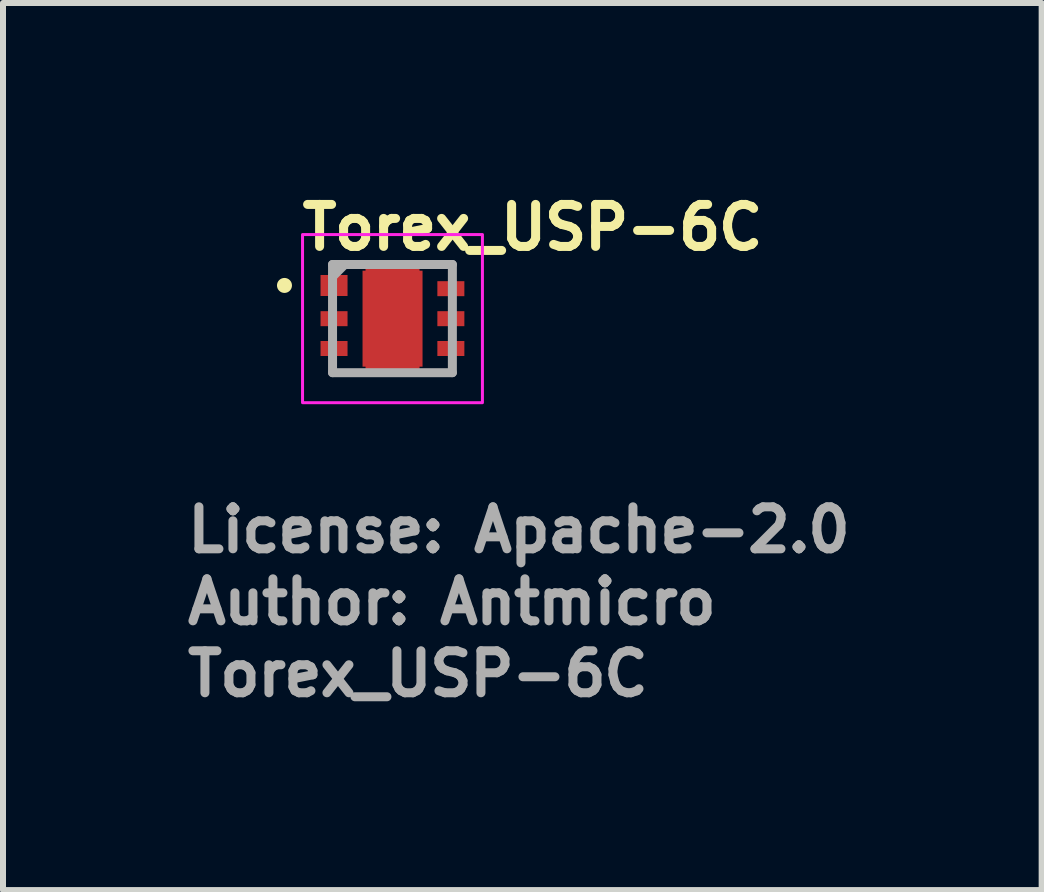
<source format=kicad_pcb>
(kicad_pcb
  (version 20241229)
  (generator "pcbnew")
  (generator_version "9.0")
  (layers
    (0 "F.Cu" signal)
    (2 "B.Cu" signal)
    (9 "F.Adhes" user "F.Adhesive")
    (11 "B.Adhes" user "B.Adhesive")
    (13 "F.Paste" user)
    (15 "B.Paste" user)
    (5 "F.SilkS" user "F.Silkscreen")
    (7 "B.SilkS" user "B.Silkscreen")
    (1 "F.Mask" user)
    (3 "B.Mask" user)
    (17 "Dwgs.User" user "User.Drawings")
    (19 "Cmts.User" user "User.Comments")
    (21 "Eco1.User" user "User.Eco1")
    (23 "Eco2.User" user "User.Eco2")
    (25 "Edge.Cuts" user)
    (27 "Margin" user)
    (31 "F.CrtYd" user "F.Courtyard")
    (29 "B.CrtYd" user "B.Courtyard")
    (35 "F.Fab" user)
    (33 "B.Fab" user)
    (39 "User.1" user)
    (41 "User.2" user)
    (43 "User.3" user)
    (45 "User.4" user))
  (footprint "Torex_USP-6C"
    (layer "F.Cu")
    (at 3.492 2.261)
    (property "Reference" "Torex_USP-6C" (at -1.581 -1.111 0) (layer "F.SilkS") (effects (font (size 0.7 0.7) (thickness 0.15)) (justify left bottom)))
    (attr smd)
    (fp_circle (center -1.801 -0.554) (end -1.751 -0.554) (stroke (width 0.15) (type solid)) (fill yes) (layer "F.SilkS"))
    (fp_rect (start -0.403 -0.701) (end 0.4 -0.203) (stroke (width 0.01) (type solid)) (fill yes) (layer "F.Paste"))
    (fp_rect (start -0.403 0.2) (end 0.4 0.698) (stroke (width 0.01) (type solid)) (fill yes) (layer "F.Paste"))
    (fp_rect (start -1.5 -1.402) (end 1.498 1.4) (stroke (width 0.05) (type solid)) (fill no) (layer "F.CrtYd"))
    (fp_line (start -1 -0.903) (end 0.997 -0.903) (stroke (width 0.15) (type solid)) (layer "F.Fab"))
    (fp_line (start -1 -0.7) (end -0.8 -0.9) (stroke (width 0.15) (type solid)) (layer "F.Fab"))
    (fp_line (start -1 0.9) (end -1 -0.903) (stroke (width 0.15) (type solid)) (layer "F.Fab"))
    (fp_line (start 0.997 -0.903) (end 0.997 0.9) (stroke (width 0.15) (type solid)) (layer "F.Fab"))
    (fp_line (start 0.997 0.9) (end -1 0.9) (stroke (width 0.15) (type solid)) (layer "F.Fab"))
    (fp_rect (start -1 -0.902) (end 0.998 0.9) (stroke (width 0.1) (type solid)) (fill no) (layer "User.5"))
    (fp_line (start -1 -0.902) (end 0.998 -0.902) (stroke (width 0.02) (type solid)) (layer "User.9"))
    (fp_line (start -1 0.9) (end -1 -0.902) (stroke (width 0.02) (type solid)) (layer "User.9"))
    (fp_line (start 0.998 -0.902) (end 0.998 0.9) (stroke (width 0.02) (type solid)) (layer "User.9"))
    (fp_line (start 0.998 0.9) (end -1 0.9) (stroke (width 0.02) (type solid)) (layer "User.9"))
    (fp_text user "Author: Antmicro" (at -3.492 5.129 0) (layer "F.Fab") (effects (font (size 0.7 0.7) (thickness 0.15)) (justify left bottom)))
    (fp_text user "${REFERENCE}" (at -3.492 6.328 0) (layer "F.Fab") (effects (font (size 0.7 0.7) (thickness 0.15)) (justify left bottom)))
    (fp_text user "License: Apache-2.0" (at -3.492 3.929 0) (layer "F.Fab") (effects (font (size 0.7 0.7) (thickness 0.15)) (justify left bottom)))
    (pad "1" smd rect (at -0.975 -0.553 90) (size 0.35 0.45) (layers "F.Cu" "F.Mask" "F.Paste"))
    (pad "2" smd rect (at -0.975 0 90) (size 0.25 0.45) (layers "F.Cu" "F.Mask" "F.Paste"))
    (pad "3" smd rect (at -0.975 0.497 90) (size 0.25 0.45) (layers "F.Cu" "F.Mask" "F.Paste"))
    (pad "4" smd rect (at 0.972 0.497 90) (size 0.25 0.45) (layers "F.Cu" "F.Mask" "F.Paste"))
    (pad "5" smd rect (at 0.972 0 90) (size 0.25 0.45) (layers "F.Cu" "F.Mask" "F.Paste"))
    (pad "6" smd rect (at 0.972 -0.5 90) (size 0.25 0.45) (layers "F.Cu" "F.Mask" "F.Paste"))
    (pad "7" smd rect (at 0 0) (size 1 1.6) (layers "F.Cu" "F.Mask"))
    (pad "7" smd rect (at 0 0 90) (size 1.8 0.9) (layers "F.Cu" "F.Mask")))
  (gr_rect
    (start -3 -3)
    (end 14.31 11.784)
    (stroke (width 0.1) (type default))
    (fill no)
    (layer "Edge.Cuts")))
</source>
